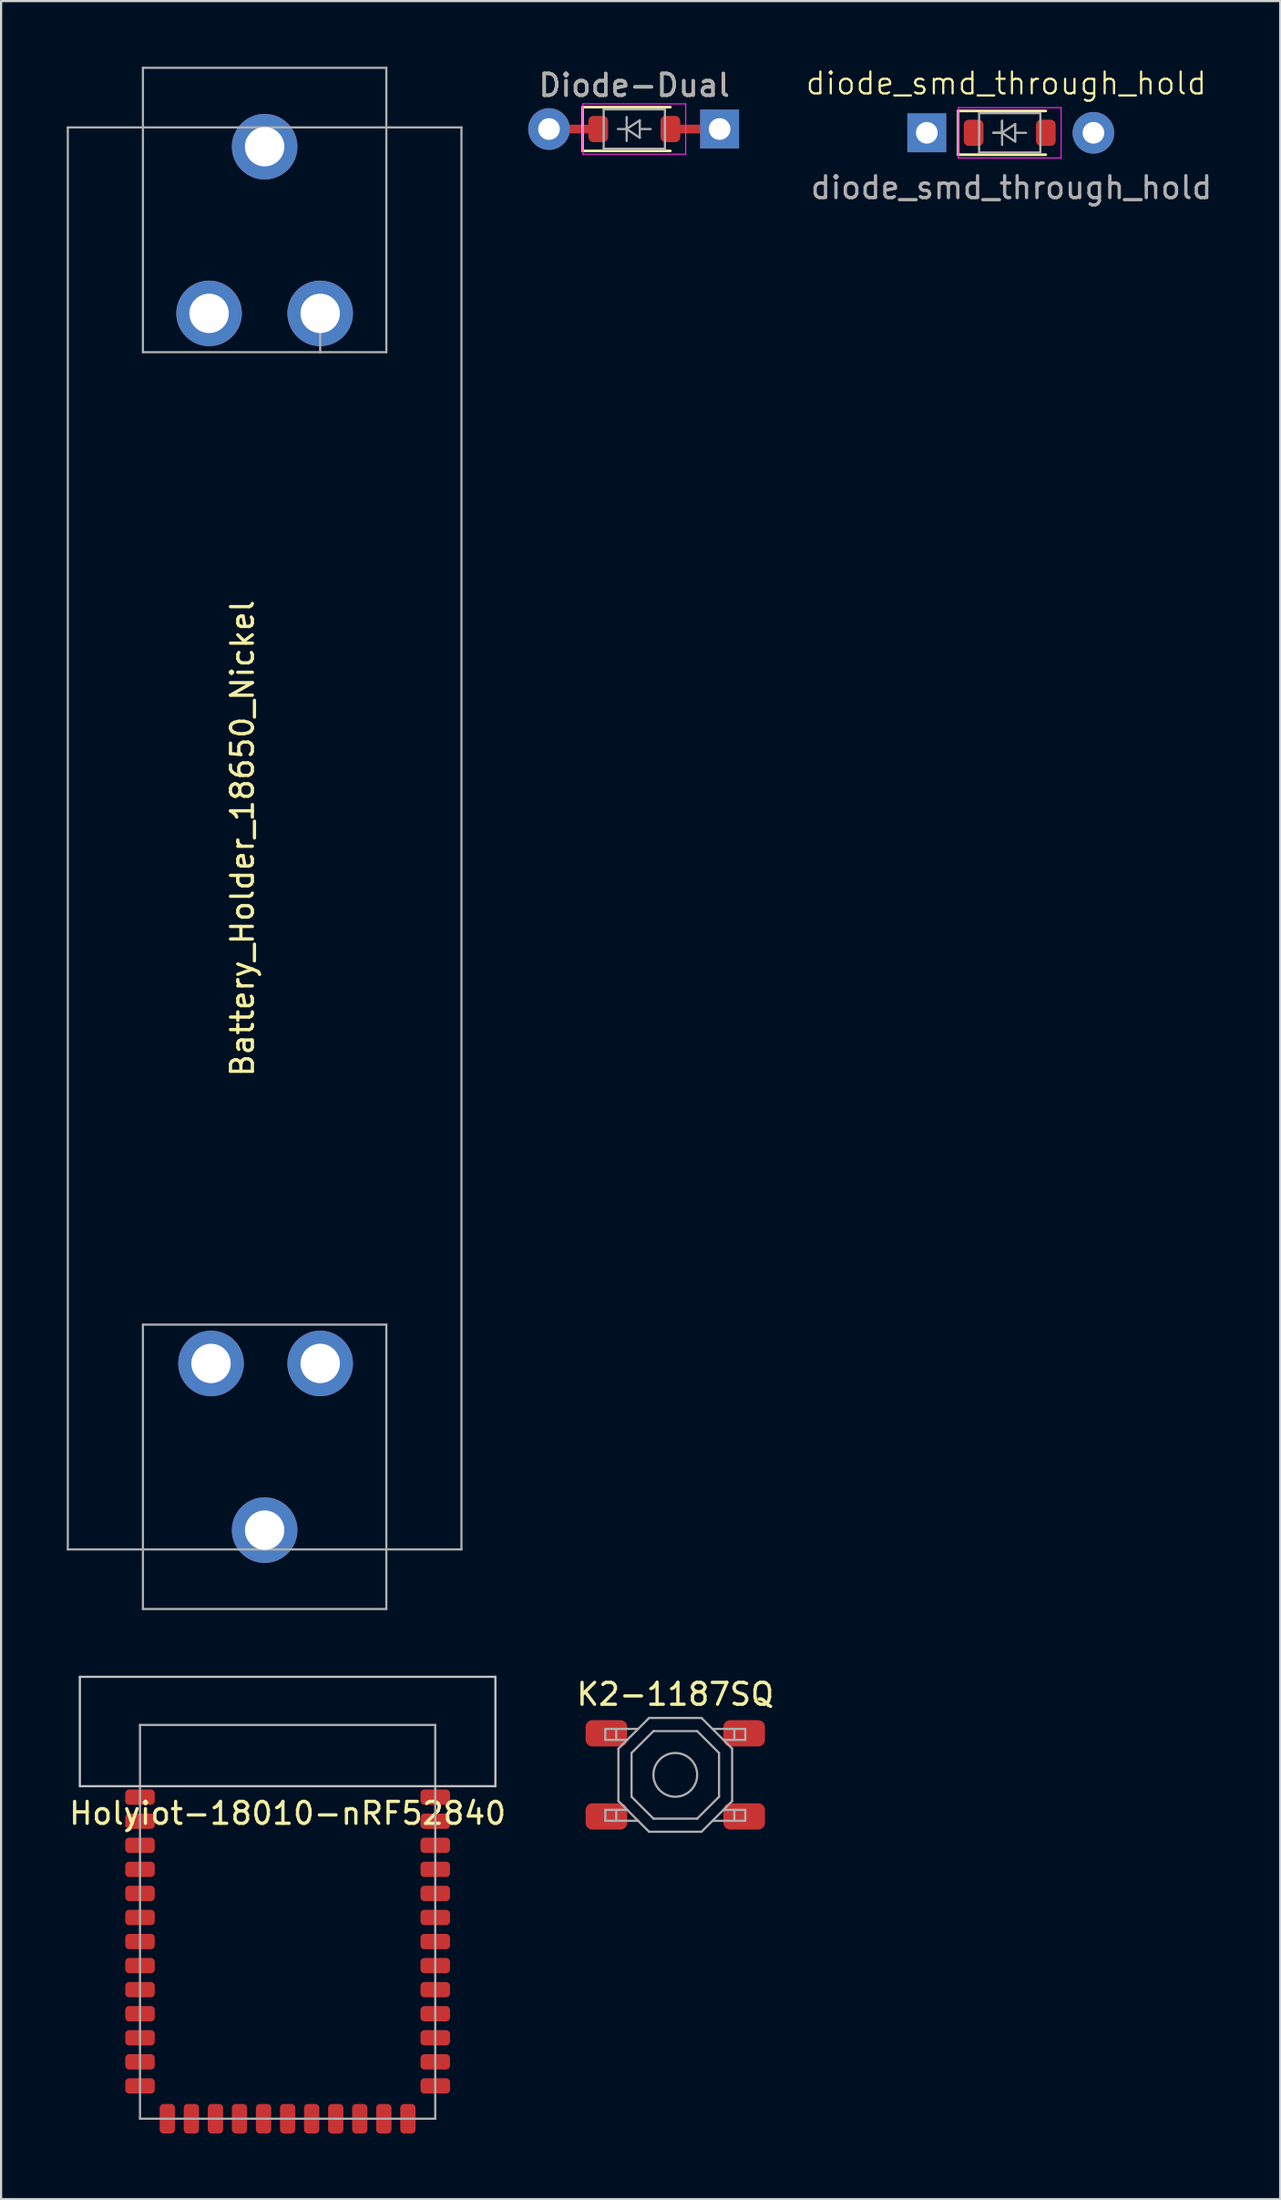
<source format=kicad_pcb>
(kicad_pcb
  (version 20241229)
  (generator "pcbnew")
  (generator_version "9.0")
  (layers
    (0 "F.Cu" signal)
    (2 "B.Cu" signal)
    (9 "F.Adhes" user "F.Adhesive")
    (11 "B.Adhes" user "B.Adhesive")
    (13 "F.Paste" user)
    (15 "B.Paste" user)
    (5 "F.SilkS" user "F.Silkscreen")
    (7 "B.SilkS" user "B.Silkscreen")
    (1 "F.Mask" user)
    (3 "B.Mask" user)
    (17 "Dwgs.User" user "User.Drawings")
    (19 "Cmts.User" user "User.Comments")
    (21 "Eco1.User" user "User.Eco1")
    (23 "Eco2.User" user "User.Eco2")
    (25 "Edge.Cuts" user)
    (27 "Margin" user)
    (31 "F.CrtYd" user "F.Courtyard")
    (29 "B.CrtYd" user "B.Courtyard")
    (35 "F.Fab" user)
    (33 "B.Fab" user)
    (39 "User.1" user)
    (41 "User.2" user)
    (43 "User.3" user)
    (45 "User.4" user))
  (footprint "Battery_Holder_18650_Nickel"
    (layer "F.Cu")
    (at 9.05 35.275)
    (property "Reference" "Battery_Holder_18650_Nickel" (at -1.016 0 90) (unlocked yes) (layer "F.SilkS") (effects (font (size 1 1) (thickness 0.15))))
    (attr through_hole)
    (fp_line (start -9 -32.5) (end -9 32.5) (stroke (width 0.1) (type solid)) (layer "F.Fab"))
    (fp_line (start -9 -32.5) (end 9 -32.5) (stroke (width 0.1) (type solid)) (layer "F.Fab"))
    (fp_line (start -9 32.5) (end 9 32.5) (stroke (width 0.1) (type solid)) (layer "F.Fab"))
    (fp_line (start -5.565 -35.225) (end 5.565 -35.225) (stroke (width 0.1) (type solid)) (layer "F.Fab"))
    (fp_line (start -5.565 -22.225) (end -5.565 -35.225) (stroke (width 0.1) (type solid)) (layer "F.Fab"))
    (fp_line (start -5.565 22.225) (end -5.565 35.225) (stroke (width 0.1) (type solid)) (layer "F.Fab"))
    (fp_line (start -5.565 22.225) (end 5.565 22.225) (stroke (width 0.1) (type solid)) (layer "F.Fab"))
    (fp_line (start 2.54 -24) (end 2.54 -22.22) (stroke (width 0.1) (type solid)) (layer "F.Fab"))
    (fp_line (start 5.565 -22.225) (end -5.565 -22.225) (stroke (width 0.1) (type solid)) (layer "F.Fab"))
    (fp_line (start 5.565 -22.225) (end 5.565 -35.225) (stroke (width 0.1) (type solid)) (layer "F.Fab"))
    (fp_line (start 5.565 22.225) (end 5.565 35.225) (stroke (width 0.1) (type solid)) (layer "F.Fab"))
    (fp_line (start 5.565 35.225) (end -5.565 35.225) (stroke (width 0.1) (type solid)) (layer "F.Fab"))
    (fp_line (start 9 32.5) (end 9 -32.5) (stroke (width 0.1) (type solid)) (layer "F.Fab"))
    (pad "1" thru_hole circle (at -2.54 -24) (size 3 3) (drill 1.8) (layers "*.Cu" "*.Mask"))
    (pad "1" thru_hole circle (at 0 -31.62) (size 3 3) (drill 1.8) (layers "*.Cu" "*.Mask"))
    (pad "1" thru_hole circle (at 2.54 -24) (size 3 3) (drill 1.8) (layers "*.Cu" "*.Mask"))
    (pad "2" thru_hole circle (at -2.45 24) (size 3 3) (drill 1.8) (layers "*.Cu" "*.Mask"))
    (pad "2" thru_hole circle (at 0 31.62) (size 3 3) (drill 1.8) (layers "*.Cu" "*.Mask"))
    (pad "2" thru_hole circle (at 2.54 24) (size 3 3) (drill 1.8) (layers "*.Cu" "*.Mask")))
  (footprint "Holyiot-18010-nRF52840"
    (layer "F.Cu")
    (at 10.101 84.8)
    (property "Reference" "Holyiot-18010-nRF52840" (at 0 -4.961 0) (layer "F.SilkS") (effects (font (size 1 1) (thickness 0.15))))
    (attr smd)
    (fp_line (start -9.5 -11.2) (end 9.5 -11.2) (stroke (width 0.1) (type solid)) (layer "Dwgs.User"))
    (fp_line (start -9.5 -6.2) (end -9.5 -11.2) (stroke (width 0.1) (type solid)) (layer "Dwgs.User"))
    (fp_line (start 9.5 -11.2) (end 9.5 -6.2) (stroke (width 0.1) (type solid)) (layer "Dwgs.User"))
    (fp_line (start 9.5 -6.2) (end -9.5 -6.2) (stroke (width 0.1) (type solid)) (layer "Dwgs.User"))
    (fp_line (start -6.75 -9) (end 6.75 -9) (stroke (width 0.1) (type solid)) (layer "F.Fab"))
    (fp_line (start -6.75 9) (end -6.75 -9) (stroke (width 0.1) (type solid)) (layer "F.Fab"))
    (fp_line (start 6.75 -9) (end 6.75 9) (stroke (width 0.1) (type solid)) (layer "F.Fab"))
    (fp_line (start 6.75 9) (end -6.75 9) (stroke (width 0.1) (type solid)) (layer "F.Fab"))
    (pad "1" smd roundrect (at -6.75 -5.7) (size 1.35 0.7) (layers "F.Cu" "F.Mask" "F.Paste") (roundrect_rratio 0.25))
    (pad "2" smd roundrect (at -6.75 -4.6) (size 1.35 0.7) (layers "F.Cu" "F.Mask" "F.Paste") (roundrect_rratio 0.25))
    (pad "3" smd roundrect (at -6.75 -3.5) (size 1.35 0.7) (layers "F.Cu" "F.Mask" "F.Paste") (roundrect_rratio 0.25))
    (pad "4" smd roundrect (at -6.75 -2.4) (size 1.35 0.7) (layers "F.Cu" "F.Mask" "F.Paste") (roundrect_rratio 0.25))
    (pad "5" smd roundrect (at -6.75 -1.3) (size 1.35 0.7) (layers "F.Cu" "F.Mask" "F.Paste") (roundrect_rratio 0.25))
    (pad "6" smd roundrect (at -6.75 -0.2) (size 1.35 0.7) (layers "F.Cu" "F.Mask" "F.Paste") (roundrect_rratio 0.25))
    (pad "7" smd roundrect (at -6.75 0.9) (size 1.35 0.7) (layers "F.Cu" "F.Mask" "F.Paste") (roundrect_rratio 0.25))
    (pad "8" smd roundrect (at -6.75 2) (size 1.35 0.7) (layers "F.Cu" "F.Mask" "F.Paste") (roundrect_rratio 0.25))
    (pad "9" smd roundrect (at -6.75 3.1) (size 1.35 0.7) (layers "F.Cu" "F.Mask" "F.Paste") (roundrect_rratio 0.25))
    (pad "10" smd roundrect (at -6.75 4.2) (size 1.35 0.7) (layers "F.Cu" "F.Mask" "F.Paste") (roundrect_rratio 0.25))
    (pad "11" smd roundrect (at -6.75 5.3) (size 1.35 0.7) (layers "F.Cu" "F.Mask" "F.Paste") (roundrect_rratio 0.25))
    (pad "12" smd roundrect (at -6.75 6.4) (size 1.35 0.7) (layers "F.Cu" "F.Mask" "F.Paste") (roundrect_rratio 0.25))
    (pad "13" smd roundrect (at -6.75 7.5) (size 1.35 0.7) (layers "F.Cu" "F.Mask" "F.Paste") (roundrect_rratio 0.25))
    (pad "14" smd roundrect (at -5.5 9 90) (size 1.35 0.7) (layers "F.Cu" "F.Mask" "F.Paste") (roundrect_rratio 0.25))
    (pad "15" smd roundrect (at -4.4 9 90) (size 1.35 0.7) (layers "F.Cu" "F.Mask" "F.Paste") (roundrect_rratio 0.25))
    (pad "16" smd roundrect (at -3.3 9 90) (size 1.35 0.7) (layers "F.Cu" "F.Mask" "F.Paste") (roundrect_rratio 0.25))
    (pad "17" smd roundrect (at -2.2 9 90) (size 1.35 0.7) (layers "F.Cu" "F.Mask" "F.Paste") (roundrect_rratio 0.25))
    (pad "18" smd roundrect (at -1.1 9 90) (size 1.35 0.7) (layers "F.Cu" "F.Mask" "F.Paste") (roundrect_rratio 0.25))
    (pad "19" smd roundrect (at 0 9 90) (size 1.35 0.7) (layers "F.Cu" "F.Mask" "F.Paste") (roundrect_rratio 0.25))
    (pad "20" smd roundrect (at 1.1 9 90) (size 1.35 0.7) (layers "F.Cu" "F.Mask" "F.Paste") (roundrect_rratio 0.25))
    (pad "21" smd roundrect (at 2.2 9 90) (size 1.35 0.7) (layers "F.Cu" "F.Mask" "F.Paste") (roundrect_rratio 0.25))
    (pad "22" smd roundrect (at 3.3 9 90) (size 1.35 0.7) (layers "F.Cu" "F.Mask" "F.Paste") (roundrect_rratio 0.25))
    (pad "23" smd roundrect (at 4.4 9 90) (size 1.35 0.7) (layers "F.Cu" "F.Mask" "F.Paste") (roundrect_rratio 0.25))
    (pad "24" smd roundrect (at 5.5 9 90) (size 1.35 0.7) (layers "F.Cu" "F.Mask" "F.Paste") (roundrect_rratio 0.25))
    (pad "25" smd roundrect (at 6.75 7.5 180) (size 1.35 0.7) (layers "F.Cu" "F.Mask" "F.Paste") (roundrect_rratio 0.25))
    (pad "26" smd roundrect (at 6.75 6.4 180) (size 1.35 0.7) (layers "F.Cu" "F.Mask" "F.Paste") (roundrect_rratio 0.25))
    (pad "27" smd roundrect (at 6.75 5.3 180) (size 1.35 0.7) (layers "F.Cu" "F.Mask" "F.Paste") (roundrect_rratio 0.25))
    (pad "28" smd roundrect (at 6.75 4.2 180) (size 1.35 0.7) (layers "F.Cu" "F.Mask" "F.Paste") (roundrect_rratio 0.25))
    (pad "29" smd roundrect (at 6.75 3.1 180) (size 1.35 0.7) (layers "F.Cu" "F.Mask" "F.Paste") (roundrect_rratio 0.25))
    (pad "30" smd roundrect (at 6.75 2 180) (size 1.35 0.7) (layers "F.Cu" "F.Mask" "F.Paste") (roundrect_rratio 0.25))
    (pad "31" smd roundrect (at 6.75 0.9 180) (size 1.35 0.7) (layers "F.Cu" "F.Mask" "F.Paste") (roundrect_rratio 0.25))
    (pad "32" smd roundrect (at 6.75 -0.2 180) (size 1.35 0.7) (layers "F.Cu" "F.Mask" "F.Paste") (roundrect_rratio 0.25))
    (pad "33" smd roundrect (at 6.75 -1.3 180) (size 1.35 0.7) (layers "F.Cu" "F.Mask" "F.Paste") (roundrect_rratio 0.25))
    (pad "34" smd roundrect (at 6.75 -2.4 180) (size 1.35 0.7) (layers "F.Cu" "F.Mask" "F.Paste") (roundrect_rratio 0.25))
    (pad "35" smd roundrect (at 6.75 -3.5 180) (size 1.35 0.7) (layers "F.Cu" "F.Mask" "F.Paste") (roundrect_rratio 0.25))
    (pad "36" smd roundrect (at 6.75 -4.6 180) (size 1.35 0.7) (layers "F.Cu" "F.Mask" "F.Paste") (roundrect_rratio 0.25))
    (pad "37" smd roundrect (at 6.75 -5.7 180) (size 1.35 0.7) (layers "F.Cu" "F.Mask" "F.Paste") (roundrect_rratio 0.25)))
  (footprint "diode_smd_through_hold"
    (layer "F.Cu")
    (at 43.196 3.027)
    (property "Reference" "diode_smd_through_hold" (at -0.237 -2.267 0) (unlocked yes) (layer "F.SilkS") (effects (font (size 1 1) (thickness 0.1))))
    (fp_line (start -2.437 -1.006) (end -2.437 0.994) (stroke (width 0.12) (type solid)) (layer "F.SilkS"))
    (fp_line (start -2.437 -1.006) (end 1.573 -1.006) (stroke (width 0.12) (type solid)) (layer "F.SilkS"))
    (fp_line (start -2.437 0.994) (end 1.573 0.994) (stroke (width 0.12) (type solid)) (layer "F.SilkS"))
    (fp_line (start -2.427 -1.156) (end -2.427 1.144) (stroke (width 0.05) (type solid)) (layer "F.CrtYd"))
    (fp_line (start -2.427 -1.156) (end 2.273 -1.156) (stroke (width 0.05) (type solid)) (layer "F.CrtYd"))
    (fp_line (start 2.273 -1.156) (end 2.273 1.144) (stroke (width 0.05) (type solid)) (layer "F.CrtYd"))
    (fp_line (start 2.273 1.144) (end -2.427 1.144) (stroke (width 0.05) (type solid)) (layer "F.CrtYd"))
    (fp_line (start -1.477 -0.906) (end 1.323 -0.906) (stroke (width 0.1) (type solid)) (layer "F.Fab"))
    (fp_line (start -1.477 0.894) (end -1.477 -0.906) (stroke (width 0.1) (type solid)) (layer "F.Fab"))
    (fp_line (start -0.827 -0.006) (end -0.427 -0.006) (stroke (width 0.1) (type solid)) (layer "F.Fab"))
    (fp_line (start -0.827 -0.006) (end -0.427 -0.006) (stroke (width 0.1) (type solid)) (layer "F.Fab"))
    (fp_line (start -0.427 -0.006) (end -0.427 -0.556) (stroke (width 0.1) (type solid)) (layer "F.Fab"))
    (fp_line (start -0.427 -0.006) (end -0.427 -0.556) (stroke (width 0.1) (type solid)) (layer "F.Fab"))
    (fp_line (start -0.427 -0.006) (end -0.427 0.544) (stroke (width 0.1) (type solid)) (layer "F.Fab"))
    (fp_line (start -0.427 -0.006) (end 0.173 -0.406) (stroke (width 0.1) (type solid)) (layer "F.Fab"))
    (fp_line (start 0.173 -0.406) (end 0.173 0.394) (stroke (width 0.1) (type solid)) (layer "F.Fab"))
    (fp_line (start 0.173 -0.006) (end 0.673 -0.006) (stroke (width 0.1) (type solid)) (layer "F.Fab"))
    (fp_line (start 0.173 0.394) (end -0.427 -0.006) (stroke (width 0.1) (type solid)) (layer "F.Fab"))
    (fp_line (start 1.323 -0.906) (end 1.323 0.894) (stroke (width 0.1) (type solid)) (layer "F.Fab"))
    (fp_line (start 1.323 0.894) (end -1.477 0.894) (stroke (width 0.1) (type solid)) (layer "F.Fab"))
    (fp_text user "${REFERENCE}" (at 0 2.5 0) (unlocked yes) (layer "F.Fab") (effects (font (size 1 1) (thickness 0.15))))
    (pad "1" thru_hole rect (at -3.87 -0.006) (size 1.778 1.778) (drill 0.991) (layers "*.Cu" "*.Mask"))
    (pad "1" smd roundrect (at -1.727 -0.006) (size 0.9 1.2) (layers "F.Cu" "F.Mask" "F.Paste") (roundrect_rratio 0.25))
    (pad "2" smd roundrect (at 1.573 -0.006) (size 0.9 1.2) (layers "F.Cu" "F.Mask" "F.Paste") (roundrect_rratio 0.25))
    (pad "2" thru_hole circle (at 3.75 -0.006) (size 1.905 1.905) (drill 0.991) (layers "*.Cu" "*.Mask")))
  (footprint "K2-1187SQ"
    (layer "F.Cu")
    (at 27.827 78.081)
    (property "Reference" "K2-1187SQ" (at 0 -3.683 0) (unlocked yes) (layer "F.SilkS") (effects (font (size 1 1) (thickness 0.15))))
    (attr smd)
    (fp_line (start -3.2 -2.1) (end -3.2 -1.6) (stroke (width 0.1) (type solid)) (layer "F.Fab"))
    (fp_line (start -3.2 -1.6) (end -2.2 -1.6) (stroke (width 0.1) (type solid)) (layer "F.Fab"))
    (fp_line (start -3.2 1.6) (end -2.2 1.6) (stroke (width 0.1) (type solid)) (layer "F.Fab"))
    (fp_line (start -3.2 2.1) (end -3.2 1.6) (stroke (width 0.1) (type solid)) (layer "F.Fab"))
    (fp_line (start -2.7 -2.1) (end -2.7 -1.6) (stroke (width 0.1) (type solid)) (layer "F.Fab"))
    (fp_line (start -2.7 2.1) (end -2.7 1.6) (stroke (width 0.1) (type solid)) (layer "F.Fab"))
    (fp_line (start -2.6 -1.2) (end -2.6 1.2) (stroke (width 0.1) (type solid)) (layer "F.Fab"))
    (fp_line (start -2.6 1.2) (end -1.2 2.6) (stroke (width 0.1) (type solid)) (layer "F.Fab"))
    (fp_line (start -2 -1) (end -1 -2) (stroke (width 0.1) (type solid)) (layer "F.Fab"))
    (fp_line (start -2 1) (end -2 -1) (stroke (width 0.1) (type solid)) (layer "F.Fab"))
    (fp_line (start -1.7 -2.1) (end -3.2 -2.1) (stroke (width 0.1) (type solid)) (layer "F.Fab"))
    (fp_line (start -1.7 2.1) (end -3.2 2.1) (stroke (width 0.1) (type solid)) (layer "F.Fab"))
    (fp_line (start -1.2 -2.6) (end -2.6 -1.2) (stroke (width 0.1) (type solid)) (layer "F.Fab"))
    (fp_line (start -1.2 2.6) (end 1.2 2.6) (stroke (width 0.1) (type solid)) (layer "F.Fab"))
    (fp_line (start -1 -2) (end 1 -2) (stroke (width 0.1) (type solid)) (layer "F.Fab"))
    (fp_line (start -1 2) (end -2 1) (stroke (width 0.1) (type solid)) (layer "F.Fab"))
    (fp_line (start 1 -2) (end 2 -1) (stroke (width 0.1) (type solid)) (layer "F.Fab"))
    (fp_line (start 1 2) (end -1 2) (stroke (width 0.1) (type solid)) (layer "F.Fab"))
    (fp_line (start 1.2 -2.6) (end -1.2 -2.6) (stroke (width 0.1) (type solid)) (layer "F.Fab"))
    (fp_line (start 1.2 2.6) (end 2.6 1.2) (stroke (width 0.1) (type solid)) (layer "F.Fab"))
    (fp_line (start 1.7 -2.1) (end 3.2 -2.1) (stroke (width 0.1) (type solid)) (layer "F.Fab"))
    (fp_line (start 1.7 2.1) (end 3.2 2.1) (stroke (width 0.1) (type solid)) (layer "F.Fab"))
    (fp_line (start 2 -1) (end 2 1) (stroke (width 0.1) (type solid)) (layer "F.Fab"))
    (fp_line (start 2 1) (end 1 2) (stroke (width 0.1) (type solid)) (layer "F.Fab"))
    (fp_line (start 2.6 -1.2) (end 1.2 -2.6) (stroke (width 0.1) (type solid)) (layer "F.Fab"))
    (fp_line (start 2.6 1.2) (end 2.6 -1.2) (stroke (width 0.1) (type solid)) (layer "F.Fab"))
    (fp_line (start 2.7 -2.1) (end 2.7 -1.6) (stroke (width 0.1) (type solid)) (layer "F.Fab"))
    (fp_line (start 2.7 2.1) (end 2.7 1.6) (stroke (width 0.1) (type solid)) (layer "F.Fab"))
    (fp_line (start 3.2 -2.1) (end 3.2 -1.6) (stroke (width 0.1) (type solid)) (layer "F.Fab"))
    (fp_line (start 3.2 -1.6) (end 2.2 -1.6) (stroke (width 0.1) (type solid)) (layer "F.Fab"))
    (fp_line (start 3.2 1.6) (end 2.2 1.6) (stroke (width 0.1) (type solid)) (layer "F.Fab"))
    (fp_line (start 3.2 2.1) (end 3.2 1.6) (stroke (width 0.1) (type solid)) (layer "F.Fab"))
    (fp_circle (center 0 0) (end 1 0) (stroke (width 0.1) (type solid)) (fill no) (layer "F.Fab"))
    (pad "1" smd roundrect (at -3.15 -1.9) (size 1.9 1.2) (layers "F.Cu" "F.Mask" "F.Paste") (roundrect_rratio 0.25))
    (pad "1" smd roundrect (at 3.15 -1.9) (size 1.9 1.2) (layers "F.Cu" "F.Mask" "F.Paste") (roundrect_rratio 0.25))
    (pad "2" smd roundrect (at -3.15 1.9) (size 1.9 1.2) (layers "F.Cu" "F.Mask" "F.Paste") (roundrect_rratio 0.25))
    (pad "2" smd roundrect (at 3.15 1.9) (size 1.9 1.2) (layers "F.Cu" "F.Mask" "F.Paste") (roundrect_rratio 0.25)))
  (footprint "Diode-Dual"
    (layer "F.Cu")
    (at 25.953 2.848)
    (property "Reference" "Diode-Dual" (at 0 -2 0) (layer "F.SilkS") (effects (font (size 1 1) (thickness 0.15))))
    (attr smd)
    (fp_line (start -1.65 0) (end -3.9 0) (stroke (width 0.4) (type default)) (layer "F.Cu"))
    (fp_line (start 1.65 0) (end 3.9 0) (stroke (width 0.4) (type default)) (layer "F.Cu"))
    (fp_line (start -2.36 -1) (end -2.36 1) (stroke (width 0.12) (type solid)) (layer "F.SilkS"))
    (fp_line (start -2.36 -1) (end 1.65 -1) (stroke (width 0.12) (type solid)) (layer "F.SilkS"))
    (fp_line (start -2.36 1) (end 1.65 1) (stroke (width 0.12) (type solid)) (layer "F.SilkS"))
    (fp_line (start -2.35 -1.15) (end -2.35 1.15) (stroke (width 0.05) (type solid)) (layer "F.CrtYd"))
    (fp_line (start -2.35 -1.15) (end 2.35 -1.15) (stroke (width 0.05) (type solid)) (layer "F.CrtYd"))
    (fp_line (start 2.35 -1.15) (end 2.35 1.15) (stroke (width 0.05) (type solid)) (layer "F.CrtYd"))
    (fp_line (start 2.35 1.15) (end -2.35 1.15) (stroke (width 0.05) (type solid)) (layer "F.CrtYd"))
    (fp_line (start -1.4 -0.9) (end 1.4 -0.9) (stroke (width 0.1) (type solid)) (layer "F.Fab"))
    (fp_line (start -1.4 0.9) (end -1.4 -0.9) (stroke (width 0.1) (type solid)) (layer "F.Fab"))
    (fp_line (start -0.75 0) (end -0.35 0) (stroke (width 0.1) (type solid)) (layer "F.Fab"))
    (fp_line (start -0.35 0) (end -0.35 -0.55) (stroke (width 0.1) (type solid)) (layer "F.Fab"))
    (fp_line (start -0.35 0) (end -0.35 0.55) (stroke (width 0.1) (type solid)) (layer "F.Fab"))
    (fp_line (start -0.35 0) (end 0.25 -0.4) (stroke (width 0.1) (type solid)) (layer "F.Fab"))
    (fp_line (start 0.25 -0.4) (end 0.25 0.4) (stroke (width 0.1) (type solid)) (layer "F.Fab"))
    (fp_line (start 0.25 0) (end 0.75 0) (stroke (width 0.1) (type solid)) (layer "F.Fab"))
    (fp_line (start 0.25 0.4) (end -0.35 0) (stroke (width 0.1) (type solid)) (layer "F.Fab"))
    (fp_line (start 1.4 -0.9) (end 1.4 0.9) (stroke (width 0.1) (type solid)) (layer "F.Fab"))
    (fp_line (start 1.4 0.9) (end -1.4 0.9) (stroke (width 0.1) (type solid)) (layer "F.Fab"))
    (fp_text user "${REFERENCE}" (at 0 -2 0) (layer "F.Fab") (effects (font (size 1 1) (thickness 0.15))))
    (pad "1" thru_hole circle (at -3.9 0) (size 1.905 1.905) (drill 0.991) (layers "*.Cu" "*.Mask"))
    (pad "1" smd roundrect (at -1.65 0) (size 0.9 1.2) (layers "F.Cu" "F.Mask" "F.Paste") (roundrect_rratio 0.25))
    (pad "2" smd roundrect (at 1.65 0) (size 0.9 1.2) (layers "F.Cu" "F.Mask" "F.Paste") (roundrect_rratio 0.25))
    (pad "2" thru_hole rect (at 3.9 0) (size 1.778 1.778) (drill 0.991) (layers "*.Cu" "*.Mask")))
  (gr_rect
    (start -3 -3)
    (end 55.487 97.475)
    (stroke (width 0.1) (type default))
    (fill no)
    (layer "Edge.Cuts")))
</source>
